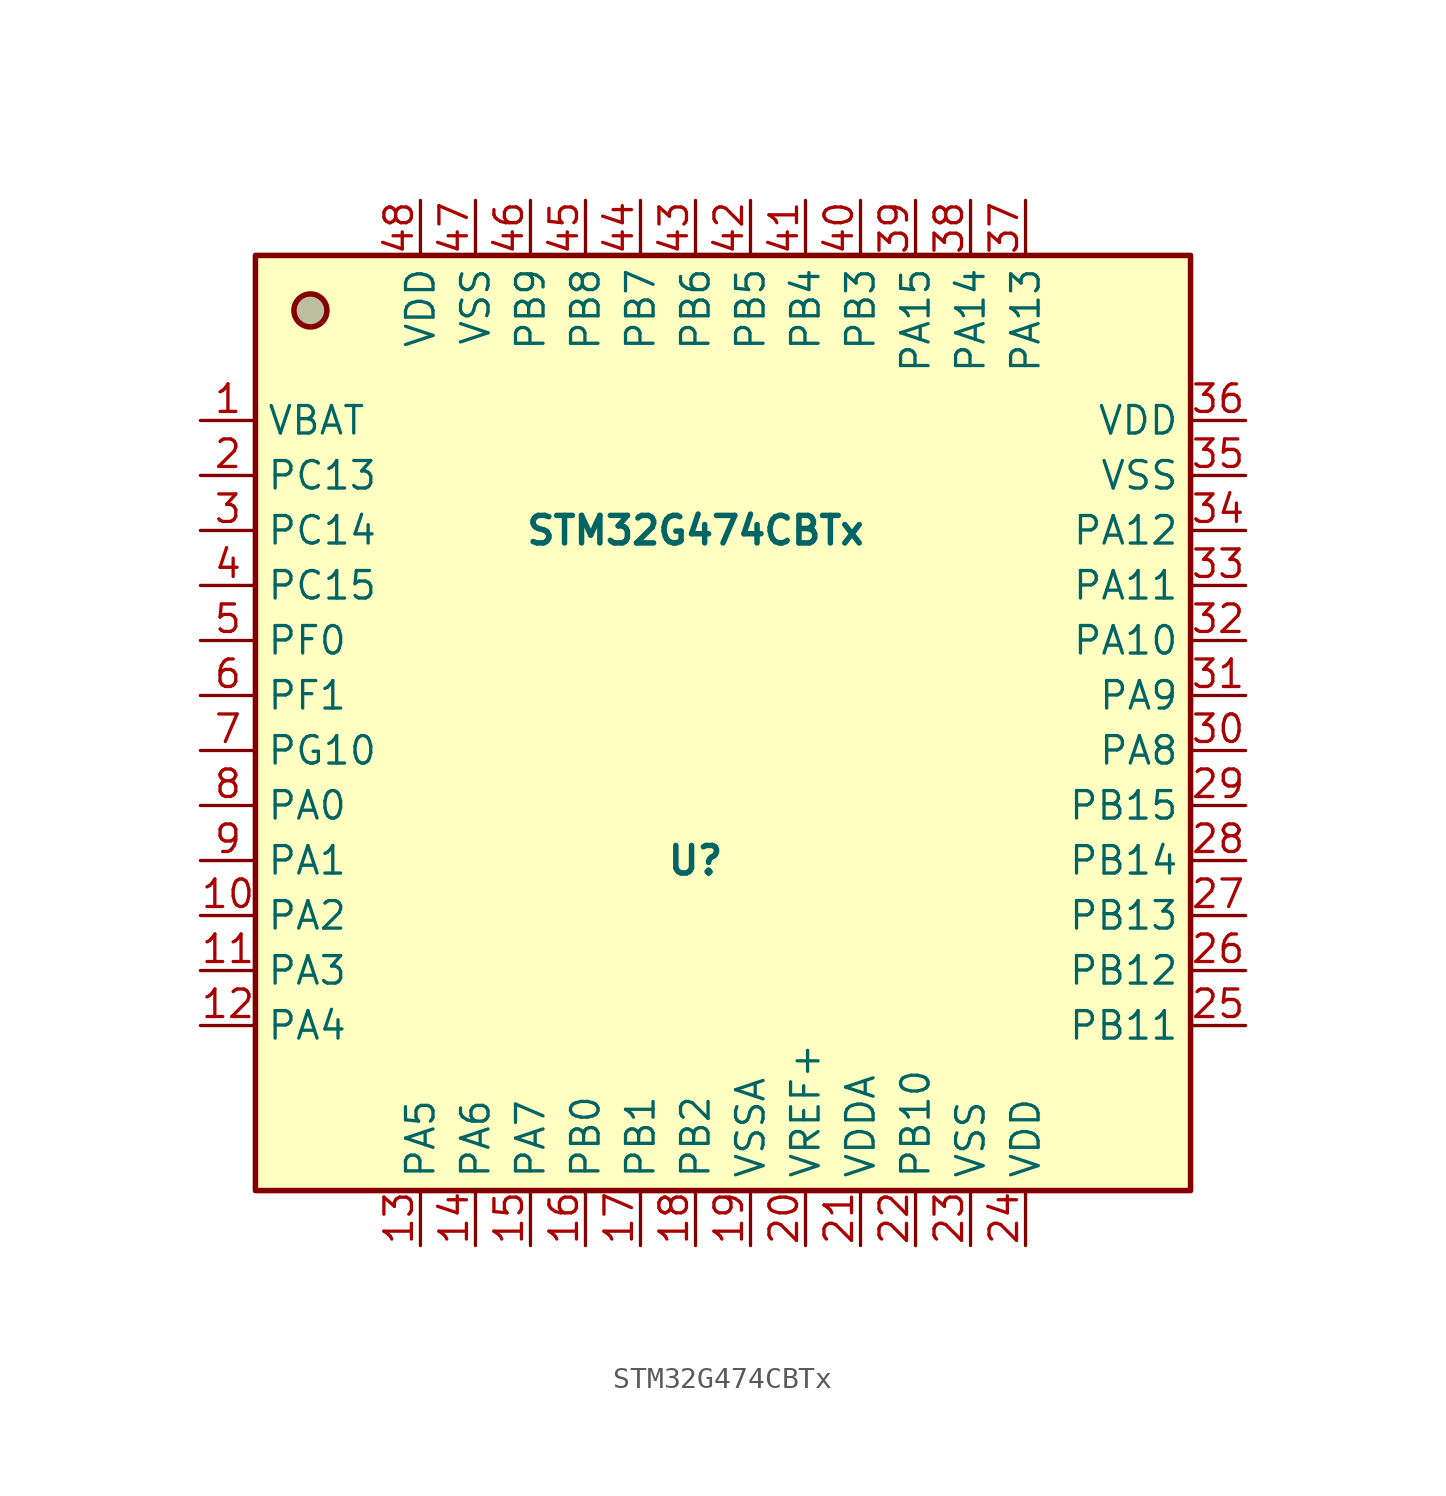
<source format=kicad_sym>
(kicad_symbol_lib
  (version 20241209)
  (generator "kicad_symbol_editor")
  (generator_version "9.0")
  (symbol "STM32G474CBTx"
    (property "Reference" "U"
      (at 0 -7.62 0)
      (effects (font (size 1.27 1.27) (thickness 0.254) (bold yes))))
    (property "Value" "STM32G474CBTx"
      (at 0 7.62 0)
      (effects (font (size 1.27 1.27) (thickness 0.254) (bold yes))))
    (symbol "STM32G474CBTx_0_1"
      (rectangle (start -20.32 20.32) (end 22.86 -22.86) (stroke (width 0.254) (type default)) (fill (type background))))
    (symbol "STM32G474CBTx_1_1"
      (circle (center -17.78 17.78) (radius 0.762) (stroke (width 0.254) (type solid)) (fill (type color) (color 127 127 127 0.5)))
      (pin power_in line (at -22.86 12.7 0) (length 2.54) (name "VBAT" (effects (font (size 1.27 1.27)))) (number "1" (effects (font (size 1.27 1.27)))))
      (pin bidirectional line (at -22.86 10.16 0) (length 2.54) (name "PC13" (effects (font (size 1.27 1.27)))) (number "2" (effects (font (size 1.27 1.27)))) (alternate "RTC_OUT1" bidirectional line) (alternate "RTC_TAMP1" bidirectional line) (alternate "RTC_TS" bidirectional line) (alternate "SYS_WKUP2" bidirectional line) (alternate "TIM1_BKIN" bidirectional line) (alternate "TIM1_CH1N" bidirectional line) (alternate "TIM8_CH4N" bidirectional line))
      (pin bidirectional line (at -22.86 7.62 0) (length 2.54) (name "PC14" (effects (font (size 1.27 1.27)))) (number "3" (effects (font (size 1.27 1.27)))) (alternate "RCC_OSC32_IN" bidirectional line))
      (pin bidirectional line (at -22.86 5.08 0) (length 2.54) (name "PC15" (effects (font (size 1.27 1.27)))) (number "4" (effects (font (size 1.27 1.27)))) (alternate "ADC1_EXTI15" bidirectional line) (alternate "ADC2_EXTI15" bidirectional line) (alternate "RCC_OSC32_OUT" bidirectional line))
      (pin bidirectional line (at -22.86 2.54 0) (length 2.54) (name "PF0" (effects (font (size 1.27 1.27)))) (number "5" (effects (font (size 1.27 1.27)))) (alternate "ADC1_IN10" bidirectional line) (alternate "I2C2_SDA" bidirectional line) (alternate "I2S2_WS" bidirectional line) (alternate "RCC_OSC_IN" bidirectional line) (alternate "SPI2_NSS" bidirectional line) (alternate "TIM1_CH3N" bidirectional line))
      (pin bidirectional line (at -22.86 0 0) (length 2.54) (name "PF1" (effects (font (size 1.27 1.27)))) (number "6" (effects (font (size 1.27 1.27)))) (alternate "ADC2_IN10" bidirectional line) (alternate "COMP3_INM" bidirectional line) (alternate "I2S2_CK" bidirectional line) (alternate "RCC_OSC_OUT" bidirectional line) (alternate "SPI2_SCK" bidirectional line))
      (pin bidirectional line (at -22.86 -2.54 0) (length 2.54) (name "PG10" (effects (font (size 1.27 1.27)))) (number "7" (effects (font (size 1.27 1.27)))) (alternate "DAC1_EXTI10" bidirectional line) (alternate "DAC2_EXTI10" bidirectional line) (alternate "DAC3_EXTI10" bidirectional line) (alternate "DAC4_EXTI10" bidirectional line) (alternate "RCC_MCO" bidirectional line))
      (pin bidirectional line (at -22.86 -5.08 0) (length 2.54) (name "PA0" (effects (font (size 1.27 1.27)))) (number "8" (effects (font (size 1.27 1.27)))) (alternate "ADC1_IN1" bidirectional line) (alternate "ADC2_IN1" bidirectional line) (alternate "COMP1_INM" bidirectional line) (alternate "COMP1_OUT" bidirectional line) (alternate "COMP3_INP" bidirectional line) (alternate "RTC_TAMP2" bidirectional line) (alternate "SYS_WKUP1" bidirectional line) (alternate "TIM2_CH1" bidirectional line) (alternate "TIM2_ETR" bidirectional line) (alternate "TIM5_CH1" bidirectional line) (alternate "TIM8_BKIN" bidirectional line) (alternate "TIM8_ETR" bidirectional line) (alternate "USART2_CTS" bidirectional line) (alternate "USART2_NSS" bidirectional line))
      (pin bidirectional line (at -22.86 -7.62 0) (length 2.54) (name "PA1" (effects (font (size 1.27 1.27)))) (number "9" (effects (font (size 1.27 1.27)))) (alternate "ADC1_IN2" bidirectional line) (alternate "ADC2_IN2" bidirectional line) (alternate "COMP1_INP" bidirectional line) (alternate "OPAMP1_VINP" bidirectional line) (alternate "OPAMP1_VINP_SEC" bidirectional line) (alternate "OPAMP3_VINP" bidirectional line) (alternate "OPAMP3_VINP_SEC" bidirectional line) (alternate "OPAMP6_VINM" bidirectional line) (alternate "OPAMP6_VINM0" bidirectional line) (alternate "OPAMP6_VINM_SEC" bidirectional line) (alternate "RTC_REFIN" bidirectional line) (alternate "TIM15_CH1N" bidirectional line) (alternate "TIM2_CH2" bidirectional line) (alternate "TIM5_CH2" bidirectional line) (alternate "USART2_DE" bidirectional line) (alternate "USART2_RTS" bidirectional line))
      (pin bidirectional line (at -22.86 -10.16 0) (length 2.54) (name "PA2" (effects (font (size 1.27 1.27)))) (number "10" (effects (font (size 1.27 1.27)))) (alternate "ADC1_IN3" bidirectional line) (alternate "ADC3_EXTI2" bidirectional line) (alternate "ADC4_EXTI2" bidirectional line) (alternate "ADC5_EXTI2" bidirectional line) (alternate "COMP2_INM" bidirectional line) (alternate "COMP2_OUT" bidirectional line) (alternate "LPUART1_TX" bidirectional line) (alternate "OPAMP1_VOUT" bidirectional line) (alternate "QUADSPI1_BK1_NCS" bidirectional line) (alternate "RCC_LSCO" bidirectional line) (alternate "SYS_WKUP4" bidirectional line) (alternate "TIM15_CH1" bidirectional line) (alternate "TIM2_CH3" bidirectional line) (alternate "TIM5_CH3" bidirectional line) (alternate "UCPD1_FRSTX1" bidirectional line) (alternate "UCPD1_FRSTX2" bidirectional line) (alternate "USART2_TX" bidirectional line))
      (pin bidirectional line (at -22.86 -12.7 0) (length 2.54) (name "PA3" (effects (font (size 1.27 1.27)))) (number "11" (effects (font (size 1.27 1.27)))) (alternate "ADC1_IN4" bidirectional line) (alternate "ADC3_EXTI3" bidirectional line) (alternate "ADC4_EXTI3" bidirectional line) (alternate "ADC5_EXTI3" bidirectional line) (alternate "COMP2_INP" bidirectional line) (alternate "LPUART1_RX" bidirectional line) (alternate "OPAMP1_VINM" bidirectional line) (alternate "OPAMP1_VINM0" bidirectional line) (alternate "OPAMP1_VINM_SEC" bidirectional line) (alternate "OPAMP1_VINP" bidirectional line) (alternate "OPAMP1_VINP_SEC" bidirectional line) (alternate "OPAMP5_VINM" bidirectional line) (alternate "OPAMP5_VINM1" bidirectional line) (alternate "OPAMP5_VINM_SEC" bidirectional line) (alternate "QUADSPI1_CLK" bidirectional line) (alternate "SAI1_CK1" bidirectional line) (alternate "SAI1_MCLK_A" bidirectional line) (alternate "TIM15_CH2" bidirectional line) (alternate "TIM2_CH4" bidirectional line) (alternate "TIM5_CH4" bidirectional line) (alternate "USART2_RX" bidirectional line))
      (pin bidirectional line (at -22.86 -15.24 0) (length 2.54) (name "PA4" (effects (font (size 1.27 1.27)))) (number "12" (effects (font (size 1.27 1.27)))) (alternate "ADC2_IN17" bidirectional line) (alternate "COMP1_INM" bidirectional line) (alternate "DAC1_OUT1" bidirectional line) (alternate "I2S3_WS" bidirectional line) (alternate "SAI1_FS_B" bidirectional line) (alternate "SPI1_NSS" bidirectional line) (alternate "SPI3_NSS" bidirectional line) (alternate "TIM3_CH2" bidirectional line) (alternate "USART2_CK" bidirectional line))
      (pin power_in line (at -12.7 22.86 270) (length 2.54) (name "VDD" (effects (font (size 1.27 1.27)))) (number "48" (effects (font (size 1.27 1.27)))))
      (pin bidirectional line (at -12.7 -25.4 90) (length 2.54) (name "PA5" (effects (font (size 1.27 1.27)))) (number "13" (effects (font (size 1.27 1.27)))) (alternate "ADC2_IN13" bidirectional line) (alternate "COMP2_INM" bidirectional line) (alternate "DAC1_OUT2" bidirectional line) (alternate "OPAMP2_VINM" bidirectional line) (alternate "OPAMP2_VINM0" bidirectional line) (alternate "OPAMP2_VINM_SEC" bidirectional line) (alternate "SPI1_SCK" bidirectional line) (alternate "TIM2_CH1" bidirectional line) (alternate "TIM2_ETR" bidirectional line) (alternate "UCPD1_FRSTX1" bidirectional line) (alternate "UCPD1_FRSTX2" bidirectional line))
      (pin passive line (at -10.16 22.86 270) (length 2.54) (name "VSS" (effects (font (size 1.27 1.27)))) (number "47" (effects (font (size 1.27 1.27)))))
      (pin bidirectional line (at -10.16 -25.4 90) (length 2.54) (name "PA6" (effects (font (size 1.27 1.27)))) (number "14" (effects (font (size 1.27 1.27)))) (alternate "ADC2_IN3" bidirectional line) (alternate "COMP1_OUT" bidirectional line) (alternate "DAC2_OUT1" bidirectional line) (alternate "LPUART1_CTS" bidirectional line) (alternate "OPAMP2_VOUT" bidirectional line) (alternate "QUADSPI1_BK1_IO3" bidirectional line) (alternate "SPI1_MISO" bidirectional line) (alternate "TIM16_CH1" bidirectional line) (alternate "TIM1_BKIN" bidirectional line) (alternate "TIM3_CH1" bidirectional line) (alternate "TIM8_BKIN" bidirectional line))
      (pin bidirectional line (at -7.62 22.86 270) (length 2.54) (name "PB9" (effects (font (size 1.27 1.27)))) (number "46" (effects (font (size 1.27 1.27)))) (alternate "COMP2_OUT" bidirectional line) (alternate "DAC1_EXTI9" bidirectional line) (alternate "DAC2_EXTI9" bidirectional line) (alternate "DAC3_EXTI9" bidirectional line) (alternate "DAC4_EXTI9" bidirectional line) (alternate "FDCAN1_TX" bidirectional line) (alternate "HRTIM1_EEV5" bidirectional line) (alternate "I2C1_SDA" bidirectional line) (alternate "IR_OUT" bidirectional line) (alternate "SAI1_D2" bidirectional line) (alternate "SAI1_FS_A" bidirectional line) (alternate "TIM17_CH1" bidirectional line) (alternate "TIM1_CH3N" bidirectional line) (alternate "TIM4_CH4" bidirectional line) (alternate "TIM8_CH3" bidirectional line) (alternate "USART3_TX" bidirectional line))
      (pin bidirectional line (at -7.62 -25.4 90) (length 2.54) (name "PA7" (effects (font (size 1.27 1.27)))) (number "15" (effects (font (size 1.27 1.27)))) (alternate "ADC2_IN4" bidirectional line) (alternate "COMP2_INP" bidirectional line) (alternate "COMP2_OUT" bidirectional line) (alternate "OPAMP1_VINP" bidirectional line) (alternate "OPAMP1_VINP_SEC" bidirectional line) (alternate "OPAMP2_VINP" bidirectional line) (alternate "OPAMP2_VINP_SEC" bidirectional line) (alternate "QUADSPI1_BK1_IO2" bidirectional line) (alternate "SPI1_MOSI" bidirectional line) (alternate "TIM17_CH1" bidirectional line) (alternate "TIM1_CH1N" bidirectional line) (alternate "TIM3_CH2" bidirectional line) (alternate "TIM8_CH1N" bidirectional line) (alternate "UCPD1_FRSTX1" bidirectional line) (alternate "UCPD1_FRSTX2" bidirectional line))
      (pin bidirectional line (at -5.08 22.86 270) (length 2.54) (name "PB8" (effects (font (size 1.27 1.27)))) (number "45" (effects (font (size 1.27 1.27)))) (alternate "COMP1_OUT" bidirectional line) (alternate "FDCAN1_RX" bidirectional line) (alternate "HRTIM1_EEV8" bidirectional line) (alternate "I2C1_SCL" bidirectional line) (alternate "SAI1_CK1" bidirectional line) (alternate "SAI1_MCLK_A" bidirectional line) (alternate "TIM16_CH1" bidirectional line) (alternate "TIM1_BKIN" bidirectional line) (alternate "TIM4_CH3" bidirectional line) (alternate "TIM8_CH2" bidirectional line) (alternate "USART3_RX" bidirectional line))
      (pin bidirectional line (at -5.08 -25.4 90) (length 2.54) (name "PB0" (effects (font (size 1.27 1.27)))) (number "16" (effects (font (size 1.27 1.27)))) (alternate "ADC1_IN15" bidirectional line) (alternate "ADC3_IN12" bidirectional line) (alternate "COMP4_INP" bidirectional line) (alternate "HRTIM1_FLT5" bidirectional line) (alternate "OPAMP2_VINP" bidirectional line) (alternate "OPAMP2_VINP_SEC" bidirectional line) (alternate "OPAMP3_VINP" bidirectional line) (alternate "OPAMP3_VINP_SEC" bidirectional line) (alternate "QUADSPI1_BK1_IO1" bidirectional line) (alternate "TIM1_CH2N" bidirectional line) (alternate "TIM3_CH3" bidirectional line) (alternate "TIM8_CH2N" bidirectional line) (alternate "UCPD1_FRSTX1" bidirectional line) (alternate "UCPD1_FRSTX2" bidirectional line))
      (pin bidirectional line (at -2.54 22.86 270) (length 2.54) (name "PB7" (effects (font (size 1.27 1.27)))) (number "44" (effects (font (size 1.27 1.27)))) (alternate "COMP3_OUT" bidirectional line) (alternate "HRTIM1_EEV3" bidirectional line) (alternate "I2C1_SDA" bidirectional line) (alternate "I2C4_SDA" bidirectional line) (alternate "LPTIM1_IN2" bidirectional line) (alternate "SYS_PVD_IN" bidirectional line) (alternate "TIM17_CH1N" bidirectional line) (alternate "TIM3_CH4" bidirectional line) (alternate "TIM4_CH2" bidirectional line) (alternate "TIM8_BKIN" bidirectional line) (alternate "USART1_RX" bidirectional line))
      (pin bidirectional line (at -2.54 -25.4 90) (length 2.54) (name "PB1" (effects (font (size 1.27 1.27)))) (number "17" (effects (font (size 1.27 1.27)))) (alternate "ADC1_IN12" bidirectional line) (alternate "ADC3_IN1" bidirectional line) (alternate "COMP1_INP" bidirectional line) (alternate "COMP4_OUT" bidirectional line) (alternate "HRTIM1_SCOUT" bidirectional line) (alternate "LPUART1_DE" bidirectional line) (alternate "LPUART1_RTS" bidirectional line) (alternate "OPAMP3_VOUT" bidirectional line) (alternate "OPAMP6_VINM" bidirectional line) (alternate "OPAMP6_VINM1" bidirectional line) (alternate "OPAMP6_VINM_SEC" bidirectional line) (alternate "QUADSPI1_BK1_IO0" bidirectional line) (alternate "TIM1_CH3N" bidirectional line) (alternate "TIM3_CH4" bidirectional line) (alternate "TIM8_CH3N" bidirectional line))
      (pin bidirectional line (at 0 22.86 270) (length 2.54) (name "PB6" (effects (font (size 1.27 1.27)))) (number "43" (effects (font (size 1.27 1.27)))) (alternate "COMP4_OUT" bidirectional line) (alternate "FDCAN2_TX" bidirectional line) (alternate "HRTIM1_EEV4" bidirectional line) (alternate "HRTIM1_SCIN" bidirectional line) (alternate "LPTIM1_ETR" bidirectional line) (alternate "SAI1_FS_B" bidirectional line) (alternate "TIM16_CH1N" bidirectional line) (alternate "TIM4_CH1" bidirectional line) (alternate "TIM8_BKIN2" bidirectional line) (alternate "TIM8_CH1" bidirectional line) (alternate "TIM8_ETR" bidirectional line) (alternate "UCPD1_CC1" bidirectional line) (alternate "USART1_TX" bidirectional line))
      (pin bidirectional line (at 0 -25.4 90) (length 2.54) (name "PB2" (effects (font (size 1.27 1.27)))) (number "18" (effects (font (size 1.27 1.27)))) (alternate "ADC2_IN12" bidirectional line) (alternate "ADC3_EXTI2" bidirectional line) (alternate "ADC4_EXTI2" bidirectional line) (alternate "ADC5_EXTI2" bidirectional line) (alternate "COMP4_INM" bidirectional line) (alternate "HRTIM1_SCIN" bidirectional line) (alternate "I2C3_SMBA" bidirectional line) (alternate "LPTIM1_OUT" bidirectional line) (alternate "OPAMP3_VINM" bidirectional line) (alternate "OPAMP3_VINM0" bidirectional line) (alternate "OPAMP3_VINM_SEC" bidirectional line) (alternate "QUADSPI1_BK2_IO1" bidirectional line) (alternate "RTC_OUT2" bidirectional line) (alternate "TIM20_CH1" bidirectional line) (alternate "TIM5_CH1" bidirectional line))
      (pin bidirectional line (at 2.54 22.86 270) (length 2.54) (name "PB5" (effects (font (size 1.27 1.27)))) (number "42" (effects (font (size 1.27 1.27)))) (alternate "FDCAN2_RX" bidirectional line) (alternate "HRTIM1_EEV6" bidirectional line) (alternate "I2C1_SMBA" bidirectional line) (alternate "I2C3_SDA" bidirectional line) (alternate "I2S3_SD" bidirectional line) (alternate "LPTIM1_IN1" bidirectional line) (alternate "SAI1_SD_B" bidirectional line) (alternate "SPI1_MOSI" bidirectional line) (alternate "SPI3_MOSI" bidirectional line) (alternate "TIM16_BKIN" bidirectional line) (alternate "TIM17_CH1" bidirectional line) (alternate "TIM3_CH2" bidirectional line) (alternate "TIM8_CH3N" bidirectional line) (alternate "USART2_CK" bidirectional line))
      (pin power_in line (at 2.54 -25.4 90) (length 2.54) (name "VSSA" (effects (font (size 1.27 1.27)))) (number "19" (effects (font (size 1.27 1.27)))))
      (pin bidirectional line (at 5.08 22.86 270) (length 2.54) (name "PB4" (effects (font (size 1.27 1.27)))) (number "41" (effects (font (size 1.27 1.27)))) (alternate "FDCAN3_TX" bidirectional line) (alternate "HRTIM1_EEV7" bidirectional line) (alternate "SAI1_MCLK_B" bidirectional line) (alternate "SPI1_MISO" bidirectional line) (alternate "SPI3_MISO" bidirectional line) (alternate "SYS_JTRST" bidirectional line) (alternate "TIM16_CH1" bidirectional line) (alternate "TIM17_BKIN" bidirectional line) (alternate "TIM3_CH1" bidirectional line) (alternate "TIM8_CH2N" bidirectional line) (alternate "UCPD1_CC2" bidirectional line) (alternate "USART2_RX" bidirectional line))
      (pin input line (at 5.08 -25.4 90) (length 2.54) (name "VREF+" (effects (font (size 1.27 1.27)))) (number "20" (effects (font (size 1.27 1.27)))) (alternate "VREFBUF_OUT" bidirectional line))
      (pin bidirectional line (at 7.62 22.86 270) (length 2.54) (name "PB3" (effects (font (size 1.27 1.27)))) (number "40" (effects (font (size 1.27 1.27)))) (alternate "ADC3_EXTI3" bidirectional line) (alternate "ADC4_EXTI3" bidirectional line) (alternate "ADC5_EXTI3" bidirectional line) (alternate "CRS_SYNC" bidirectional line) (alternate "FDCAN3_RX" bidirectional line) (alternate "HRTIM1_EEV9" bidirectional line) (alternate "HRTIM1_SCOUT" bidirectional line) (alternate "I2S3_CK" bidirectional line) (alternate "SAI1_SCK_B" bidirectional line) (alternate "SPI1_SCK" bidirectional line) (alternate "SPI3_SCK" bidirectional line) (alternate "SYS_JTDO-SWO" bidirectional line) (alternate "TIM2_CH2" bidirectional line) (alternate "TIM3_ETR" bidirectional line) (alternate "TIM4_ETR" bidirectional line) (alternate "TIM8_CH1N" bidirectional line) (alternate "USART2_TX" bidirectional line))
      (pin power_in line (at 7.62 -25.4 90) (length 2.54) (name "VDDA" (effects (font (size 1.27 1.27)))) (number "21" (effects (font (size 1.27 1.27)))))
      (pin bidirectional line (at 10.16 22.86 270) (length 2.54) (name "PA15" (effects (font (size 1.27 1.27)))) (number "39" (effects (font (size 1.27 1.27)))) (alternate "ADC1_EXTI15" bidirectional line) (alternate "ADC2_EXTI15" bidirectional line) (alternate "FDCAN3_TX" bidirectional line) (alternate "HRTIM1_FLT2" bidirectional line) (alternate "I2C1_SCL" bidirectional line) (alternate "I2S3_WS" bidirectional line) (alternate "SPI1_NSS" bidirectional line) (alternate "SPI3_NSS" bidirectional line) (alternate "SYS_JTDI" bidirectional line) (alternate "TIM1_BKIN" bidirectional line) (alternate "TIM2_CH1" bidirectional line) (alternate "TIM2_ETR" bidirectional line) (alternate "TIM8_CH1" bidirectional line) (alternate "USART2_RX" bidirectional line))
      (pin bidirectional line (at 10.16 -25.4 90) (length 2.54) (name "PB10" (effects (font (size 1.27 1.27)))) (number "22" (effects (font (size 1.27 1.27)))) (alternate "COMP5_INM" bidirectional line) (alternate "DAC1_EXTI10" bidirectional line) (alternate "DAC2_EXTI10" bidirectional line) (alternate "DAC3_EXTI10" bidirectional line) (alternate "DAC4_EXTI10" bidirectional line) (alternate "HRTIM1_FLT3" bidirectional line) (alternate "LPUART1_RX" bidirectional line) (alternate "OPAMP3_VINM" bidirectional line) (alternate "OPAMP3_VINM1" bidirectional line) (alternate "OPAMP3_VINM_SEC" bidirectional line) (alternate "OPAMP4_VINM" bidirectional line) (alternate "OPAMP4_VINM0" bidirectional line) (alternate "OPAMP4_VINM_SEC" bidirectional line) (alternate "QUADSPI1_CLK" bidirectional line) (alternate "SAI1_SCK_A" bidirectional line) (alternate "TIM1_BKIN" bidirectional line) (alternate "TIM2_CH3" bidirectional line) (alternate "USART3_TX" bidirectional line))
      (pin bidirectional line (at 12.7 22.86 270) (length 2.54) (name "PA14" (effects (font (size 1.27 1.27)))) (number "38" (effects (font (size 1.27 1.27)))) (alternate "I2C1_SDA" bidirectional line) (alternate "I2C4_SMBA" bidirectional line) (alternate "LPTIM1_OUT" bidirectional line) (alternate "SAI1_FS_B" bidirectional line) (alternate "SYS_JTCK-SWCLK" bidirectional line) (alternate "TIM1_BKIN" bidirectional line) (alternate "TIM8_CH2" bidirectional line) (alternate "USART2_TX" bidirectional line))
      (pin power_in line (at 12.7 -25.4 90) (length 2.54) (name "VSS" (effects (font (size 1.27 1.27)))) (number "23" (effects (font (size 1.27 1.27)))))
      (pin bidirectional line (at 15.24 22.86 270) (length 2.54) (name "PA13" (effects (font (size 1.27 1.27)))) (number "37" (effects (font (size 1.27 1.27)))) (alternate "I2C1_SCL" bidirectional line) (alternate "I2C4_SCL" bidirectional line) (alternate "IR_OUT" bidirectional line) (alternate "SAI1_SD_B" bidirectional line) (alternate "SYS_JTMS-SWDIO" bidirectional line) (alternate "TIM16_CH1N" bidirectional line) (alternate "TIM4_CH3" bidirectional line) (alternate "USART3_CTS" bidirectional line) (alternate "USART3_NSS" bidirectional line))
      (pin power_in line (at 15.24 -25.4 90) (length 2.54) (name "VDD" (effects (font (size 1.27 1.27)))) (number "24" (effects (font (size 1.27 1.27)))))
      (pin power_in line (at 25.4 12.7 180) (length 2.54) (name "VDD" (effects (font (size 1.27 1.27)))) (number "36" (effects (font (size 1.27 1.27)))))
      (pin passive line (at 25.4 10.16 180) (length 2.54) (name "VSS" (effects (font (size 1.27 1.27)))) (number "35" (effects (font (size 1.27 1.27)))))
      (pin bidirectional line (at 25.4 7.62 180) (length 2.54) (name "PA12" (effects (font (size 1.27 1.27)))) (number "34" (effects (font (size 1.27 1.27)))) (alternate "COMP2_OUT" bidirectional line) (alternate "FDCAN1_TX" bidirectional line) (alternate "HRTIM1_FLT1" bidirectional line) (alternate "I2S_CKIN" bidirectional line) (alternate "TIM16_CH1" bidirectional line) (alternate "TIM1_CH2N" bidirectional line) (alternate "TIM1_ETR" bidirectional line) (alternate "TIM4_CH2" bidirectional line) (alternate "USART1_DE" bidirectional line) (alternate "USART1_RTS" bidirectional line) (alternate "USB_DP" bidirectional line))
      (pin bidirectional line (at 25.4 5.08 180) (length 2.54) (name "PA11" (effects (font (size 1.27 1.27)))) (number "33" (effects (font (size 1.27 1.27)))) (alternate "ADC1_EXTI11" bidirectional line) (alternate "ADC2_EXTI11" bidirectional line) (alternate "COMP1_OUT" bidirectional line) (alternate "FDCAN1_RX" bidirectional line) (alternate "HRTIM1_CHB2" bidirectional line) (alternate "I2S2_SD" bidirectional line) (alternate "SPI2_MOSI" bidirectional line) (alternate "TIM1_BKIN2" bidirectional line) (alternate "TIM1_CH1N" bidirectional line) (alternate "TIM1_CH4" bidirectional line) (alternate "TIM4_CH1" bidirectional line) (alternate "USART1_CTS" bidirectional line) (alternate "USART1_NSS" bidirectional line) (alternate "USB_DM" bidirectional line))
      (pin bidirectional line (at 25.4 2.54 180) (length 2.54) (name "PA10" (effects (font (size 1.27 1.27)))) (number "32" (effects (font (size 1.27 1.27)))) (alternate "COMP6_OUT" bidirectional line) (alternate "CRS_SYNC" bidirectional line) (alternate "DAC1_EXTI10" bidirectional line) (alternate "DAC2_EXTI10" bidirectional line) (alternate "DAC3_EXTI10" bidirectional line) (alternate "DAC4_EXTI10" bidirectional line) (alternate "HRTIM1_CHB1" bidirectional line) (alternate "I2C2_SMBA" bidirectional line) (alternate "SAI1_D1" bidirectional line) (alternate "SAI1_SD_A" bidirectional line) (alternate "SPI2_MISO" bidirectional line) (alternate "TIM17_BKIN" bidirectional line) (alternate "TIM1_CH3" bidirectional line) (alternate "TIM2_CH4" bidirectional line) (alternate "TIM8_BKIN" bidirectional line) (alternate "UCPD1_DBCC2" bidirectional line) (alternate "USART1_RX" bidirectional line))
      (pin bidirectional line (at 25.4 0 180) (length 2.54) (name "PA9" (effects (font (size 1.27 1.27)))) (number "31" (effects (font (size 1.27 1.27)))) (alternate "ADC5_IN2" bidirectional line) (alternate "COMP5_OUT" bidirectional line) (alternate "DAC1_EXTI9" bidirectional line) (alternate "DAC2_EXTI9" bidirectional line) (alternate "DAC3_EXTI9" bidirectional line) (alternate "DAC4_EXTI9" bidirectional line) (alternate "HRTIM1_CHA2" bidirectional line) (alternate "I2C2_SCL" bidirectional line) (alternate "I2C3_SMBA" bidirectional line) (alternate "I2S3_MCK" bidirectional line) (alternate "SAI1_FS_A" bidirectional line) (alternate "TIM15_BKIN" bidirectional line) (alternate "TIM1_CH2" bidirectional line) (alternate "TIM2_CH3" bidirectional line) (alternate "UCPD1_DBCC1" bidirectional line) (alternate "USART1_TX" bidirectional line))
      (pin bidirectional line (at 25.4 -2.54 180) (length 2.54) (name "PA8" (effects (font (size 1.27 1.27)))) (number "30" (effects (font (size 1.27 1.27)))) (alternate "ADC5_IN1" bidirectional line) (alternate "COMP7_OUT" bidirectional line) (alternate "FDCAN3_RX" bidirectional line) (alternate "HRTIM1_CHA1" bidirectional line) (alternate "I2C2_SDA" bidirectional line) (alternate "I2C3_SCL" bidirectional line) (alternate "I2S2_MCK" bidirectional line) (alternate "OPAMP5_VOUT" bidirectional line) (alternate "RCC_MCO" bidirectional line) (alternate "SAI1_CK2" bidirectional line) (alternate "SAI1_SCK_A" bidirectional line) (alternate "TIM1_CH1" bidirectional line) (alternate "TIM4_ETR" bidirectional line) (alternate "USART1_CK" bidirectional line))
      (pin bidirectional line (at 25.4 -5.08 180) (length 2.54) (name "PB15" (effects (font (size 1.27 1.27)))) (number "29" (effects (font (size 1.27 1.27)))) (alternate "ADC1_EXTI15" bidirectional line) (alternate "ADC2_EXTI15" bidirectional line) (alternate "ADC2_IN15" bidirectional line) (alternate "ADC4_IN5" bidirectional line) (alternate "COMP3_OUT" bidirectional line) (alternate "COMP6_INM" bidirectional line) (alternate "HRTIM1_CHD2" bidirectional line) (alternate "I2S2_SD" bidirectional line) (alternate "OPAMP5_VINM" bidirectional line) (alternate "OPAMP5_VINM0" bidirectional line) (alternate "OPAMP5_VINM_SEC" bidirectional line) (alternate "RTC_REFIN" bidirectional line) (alternate "SPI2_MOSI" bidirectional line) (alternate "TIM15_CH1N" bidirectional line) (alternate "TIM15_CH2" bidirectional line) (alternate "TIM1_CH3N" bidirectional line))
      (pin bidirectional line (at 25.4 -7.62 180) (length 2.54) (name "PB14" (effects (font (size 1.27 1.27)))) (number "28" (effects (font (size 1.27 1.27)))) (alternate "ADC1_IN5" bidirectional line) (alternate "ADC4_IN4" bidirectional line) (alternate "COMP4_OUT" bidirectional line) (alternate "COMP7_INP" bidirectional line) (alternate "HRTIM1_CHD1" bidirectional line) (alternate "OPAMP2_VINP" bidirectional line) (alternate "OPAMP2_VINP_SEC" bidirectional line) (alternate "OPAMP5_VINP" bidirectional line) (alternate "OPAMP5_VINP_SEC" bidirectional line) (alternate "SPI2_MISO" bidirectional line) (alternate "TIM15_CH1" bidirectional line) (alternate "TIM1_CH2N" bidirectional line) (alternate "USART3_DE" bidirectional line) (alternate "USART3_RTS" bidirectional line))
      (pin bidirectional line (at 25.4 -10.16 180) (length 2.54) (name "PB13" (effects (font (size 1.27 1.27)))) (number "27" (effects (font (size 1.27 1.27)))) (alternate "ADC3_IN5" bidirectional line) (alternate "COMP5_INP" bidirectional line) (alternate "FDCAN2_TX" bidirectional line) (alternate "HRTIM1_CHC2" bidirectional line) (alternate "I2S2_CK" bidirectional line) (alternate "LPUART1_CTS" bidirectional line) (alternate "OPAMP3_VINP" bidirectional line) (alternate "OPAMP3_VINP_SEC" bidirectional line) (alternate "OPAMP4_VINP" bidirectional line) (alternate "OPAMP4_VINP_SEC" bidirectional line) (alternate "OPAMP6_VINP" bidirectional line) (alternate "OPAMP6_VINP_SEC" bidirectional line) (alternate "SPI2_SCK" bidirectional line) (alternate "TIM1_CH1N" bidirectional line) (alternate "USART3_CTS" bidirectional line) (alternate "USART3_NSS" bidirectional line))
      (pin bidirectional line (at 25.4 -12.7 180) (length 2.54) (name "PB12" (effects (font (size 1.27 1.27)))) (number "26" (effects (font (size 1.27 1.27)))) (alternate "ADC1_IN11" bidirectional line) (alternate "ADC4_IN3" bidirectional line) (alternate "COMP7_INM" bidirectional line) (alternate "FDCAN2_RX" bidirectional line) (alternate "HRTIM1_CHC1" bidirectional line) (alternate "I2C2_SMBA" bidirectional line) (alternate "I2S2_WS" bidirectional line) (alternate "LPUART1_DE" bidirectional line) (alternate "LPUART1_RTS" bidirectional line) (alternate "OPAMP4_VOUT" bidirectional line) (alternate "OPAMP6_VINP" bidirectional line) (alternate "OPAMP6_VINP_SEC" bidirectional line) (alternate "SPI2_NSS" bidirectional line) (alternate "TIM1_BKIN" bidirectional line) (alternate "TIM5_ETR" bidirectional line) (alternate "USART3_CK" bidirectional line))
      (pin bidirectional line (at 25.4 -15.24 180) (length 2.54) (name "PB11" (effects (font (size 1.27 1.27)))) (number "25" (effects (font (size 1.27 1.27)))) (alternate "ADC1_EXTI11" bidirectional line) (alternate "ADC1_IN14" bidirectional line) (alternate "ADC2_EXTI11" bidirectional line) (alternate "ADC2_IN14" bidirectional line) (alternate "COMP6_INP" bidirectional line) (alternate "HRTIM1_FLT4" bidirectional line) (alternate "LPUART1_TX" bidirectional line) (alternate "OPAMP4_VINP" bidirectional line) (alternate "OPAMP4_VINP_SEC" bidirectional line) (alternate "OPAMP6_VOUT" bidirectional line) (alternate "QUADSPI1_BK1_NCS" bidirectional line) (alternate "TIM2_CH4" bidirectional line) (alternate "USART3_RX" bidirectional line)))))
</source>
